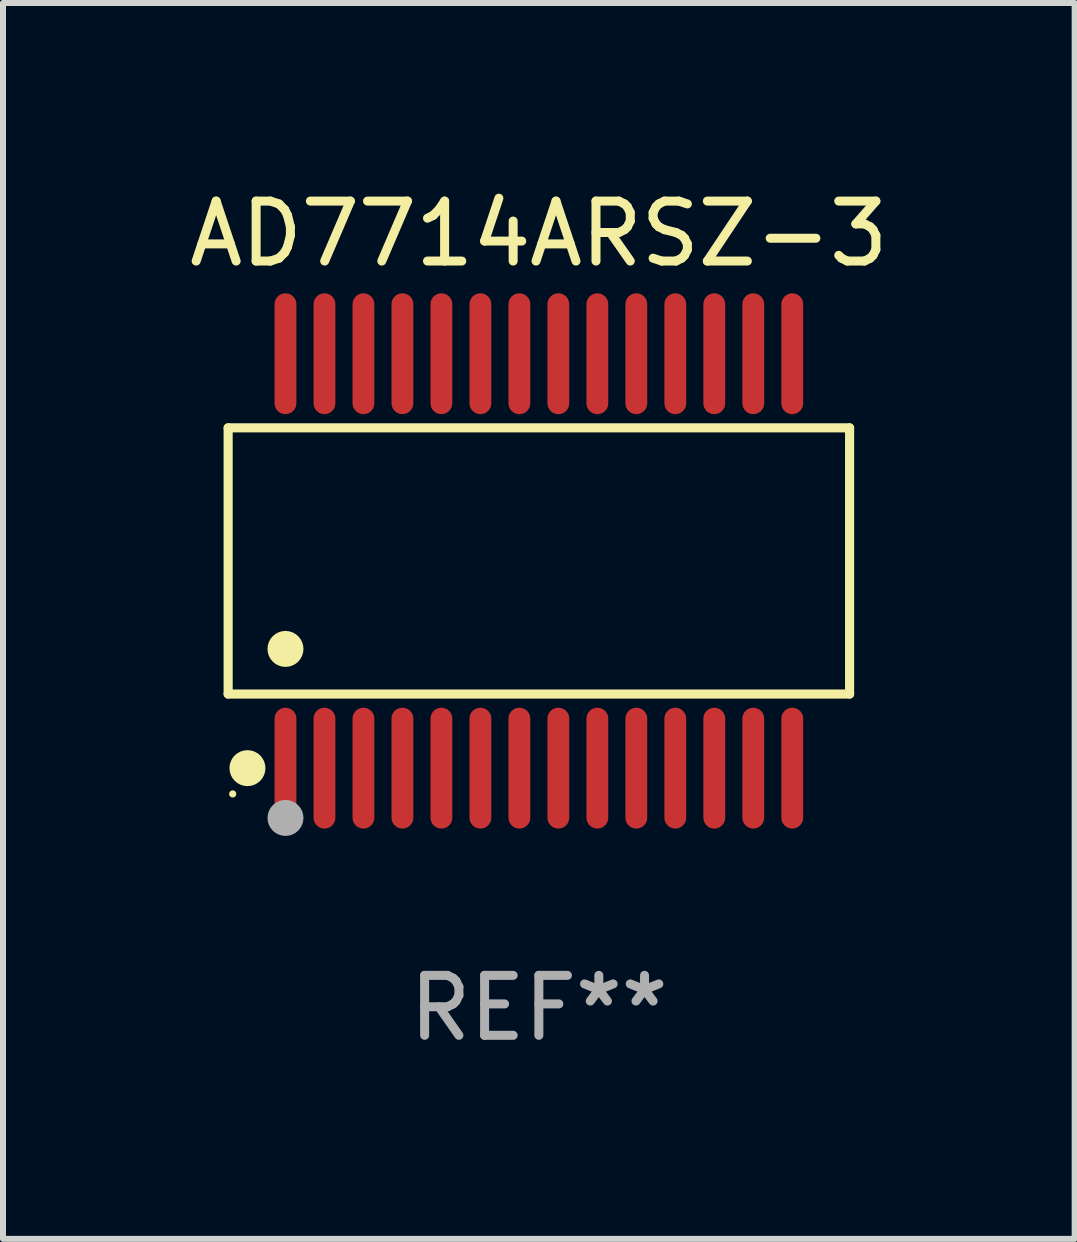
<source format=kicad_pcb>
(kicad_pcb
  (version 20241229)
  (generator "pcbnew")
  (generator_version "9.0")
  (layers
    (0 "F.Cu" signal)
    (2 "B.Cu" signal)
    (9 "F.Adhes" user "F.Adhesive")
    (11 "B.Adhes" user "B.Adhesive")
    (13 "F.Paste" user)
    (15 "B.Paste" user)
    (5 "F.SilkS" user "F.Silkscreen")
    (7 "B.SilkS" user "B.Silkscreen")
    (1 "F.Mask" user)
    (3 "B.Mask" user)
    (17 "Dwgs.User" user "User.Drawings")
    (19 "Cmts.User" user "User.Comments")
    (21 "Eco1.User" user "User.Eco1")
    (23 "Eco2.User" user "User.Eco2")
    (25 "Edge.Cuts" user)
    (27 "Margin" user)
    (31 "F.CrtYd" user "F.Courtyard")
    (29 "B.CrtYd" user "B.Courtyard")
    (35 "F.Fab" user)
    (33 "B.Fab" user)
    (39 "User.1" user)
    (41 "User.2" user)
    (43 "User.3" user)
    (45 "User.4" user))
  (footprint "AD7714ARSZ-3"
    (layer "F.Cu")
    (at 5.935 6.303)
    (property "Reference" "AD7714ARSZ-3" (at 0 -5.455 0) (layer "F.SilkS") (effects (font (size 1 1) (thickness 0.15))))
    (attr through_hole)
    (fp_line (start -5.181 -2.219) (end 5.181 -2.219) (stroke (width 0.152) (type solid)) (layer "F.SilkS"))
    (fp_line (start -5.181 2.219) (end -5.181 -2.219) (stroke (width 0.152) (type solid)) (layer "F.SilkS"))
    (fp_line (start 5.181 -2.219) (end 5.181 2.219) (stroke (width 0.152) (type solid)) (layer "F.SilkS"))
    (fp_line (start 5.181 2.219) (end -5.181 2.219) (stroke (width 0.152) (type solid)) (layer "F.SilkS"))
    (fp_circle (center -5.105 3.885) (end -5.075 3.885) (stroke (width 0.06) (type solid)) (fill no) (layer "F.SilkS"))
    (fp_circle (center -4.859 3.455) (end -4.709 3.455) (stroke (width 0.3) (type solid)) (fill no) (layer "F.SilkS"))
    (fp_circle (center -4.225 1.467) (end -4.075 1.467) (stroke (width 0.3) (type solid)) (fill no) (layer "F.SilkS"))
    (fp_circle (center -4.225 4.285) (end -4.075 4.285) (stroke (width 0.3) (type solid)) (fill no) (layer "F.Fab"))
    (fp_text user "REF**" (at 0 7.455 0) (layer "F.Fab") (effects (font (size 1 1) (thickness 0.15))))
    (pad "1" smd oval (at -4.225 3.455) (size 0.364 2.015) (layers "F.Cu" "F.Mask" "F.Paste"))
    (pad "2" smd oval (at -3.575 3.455) (size 0.364 2.015) (layers "F.Cu" "F.Mask" "F.Paste"))
    (pad "3" smd oval (at -2.925 3.455) (size 0.364 2.015) (layers "F.Cu" "F.Mask" "F.Paste"))
    (pad "4" smd oval (at -2.275 3.455) (size 0.364 2.015) (layers "F.Cu" "F.Mask" "F.Paste"))
    (pad "5" smd oval (at -1.625 3.455) (size 0.364 2.015) (layers "F.Cu" "F.Mask" "F.Paste"))
    (pad "6" smd oval (at -0.975 3.455) (size 0.364 2.015) (layers "F.Cu" "F.Mask" "F.Paste"))
    (pad "7" smd oval (at -0.325 3.455) (size 0.364 2.015) (layers "F.Cu" "F.Mask" "F.Paste"))
    (pad "8" smd oval (at 0.325 3.455) (size 0.364 2.015) (layers "F.Cu" "F.Mask" "F.Paste"))
    (pad "9" smd oval (at 0.975 3.455) (size 0.364 2.015) (layers "F.Cu" "F.Mask" "F.Paste"))
    (pad "10" smd oval (at 1.625 3.455) (size 0.364 2.015) (layers "F.Cu" "F.Mask" "F.Paste"))
    (pad "11" smd oval (at 2.275 3.455) (size 0.364 2.015) (layers "F.Cu" "F.Mask" "F.Paste"))
    (pad "12" smd oval (at 2.925 3.455) (size 0.364 2.015) (layers "F.Cu" "F.Mask" "F.Paste"))
    (pad "13" smd oval (at 3.575 3.455) (size 0.364 2.015) (layers "F.Cu" "F.Mask" "F.Paste"))
    (pad "14" smd oval (at 4.225 3.455) (size 0.364 2.015) (layers "F.Cu" "F.Mask" "F.Paste"))
    (pad "15" smd oval (at 4.225 -3.455) (size 0.364 2.015) (layers "F.Cu" "F.Mask" "F.Paste"))
    (pad "16" smd oval (at 3.575 -3.455) (size 0.364 2.015) (layers "F.Cu" "F.Mask" "F.Paste"))
    (pad "17" smd oval (at 2.925 -3.455) (size 0.364 2.015) (layers "F.Cu" "F.Mask" "F.Paste"))
    (pad "18" smd oval (at 2.275 -3.455) (size 0.364 2.015) (layers "F.Cu" "F.Mask" "F.Paste"))
    (pad "19" smd oval (at 1.625 -3.455) (size 0.364 2.015) (layers "F.Cu" "F.Mask" "F.Paste"))
    (pad "20" smd oval (at 0.975 -3.455) (size 0.364 2.015) (layers "F.Cu" "F.Mask" "F.Paste"))
    (pad "21" smd oval (at 0.325 -3.455) (size 0.364 2.015) (layers "F.Cu" "F.Mask" "F.Paste"))
    (pad "22" smd oval (at -0.325 -3.455) (size 0.364 2.015) (layers "F.Cu" "F.Mask" "F.Paste"))
    (pad "23" smd oval (at -0.975 -3.455) (size 0.364 2.015) (layers "F.Cu" "F.Mask" "F.Paste"))
    (pad "24" smd oval (at -1.625 -3.455) (size 0.364 2.015) (layers "F.Cu" "F.Mask" "F.Paste"))
    (pad "25" smd oval (at -2.275 -3.455) (size 0.364 2.015) (layers "F.Cu" "F.Mask" "F.Paste"))
    (pad "26" smd oval (at -2.925 -3.455) (size 0.364 2.015) (layers "F.Cu" "F.Mask" "F.Paste"))
    (pad "27" smd oval (at -3.575 -3.455) (size 0.364 2.015) (layers "F.Cu" "F.Mask" "F.Paste"))
    (pad "28" smd oval (at -4.225 -3.455) (size 0.364 2.015) (layers "F.Cu" "F.Mask" "F.Paste")))
  (gr_rect
    (start -3 -3)
    (end 14.869 17.607)
    (stroke (width 0.1) (type default))
    (fill no)
    (layer "Edge.Cuts")))
</source>
